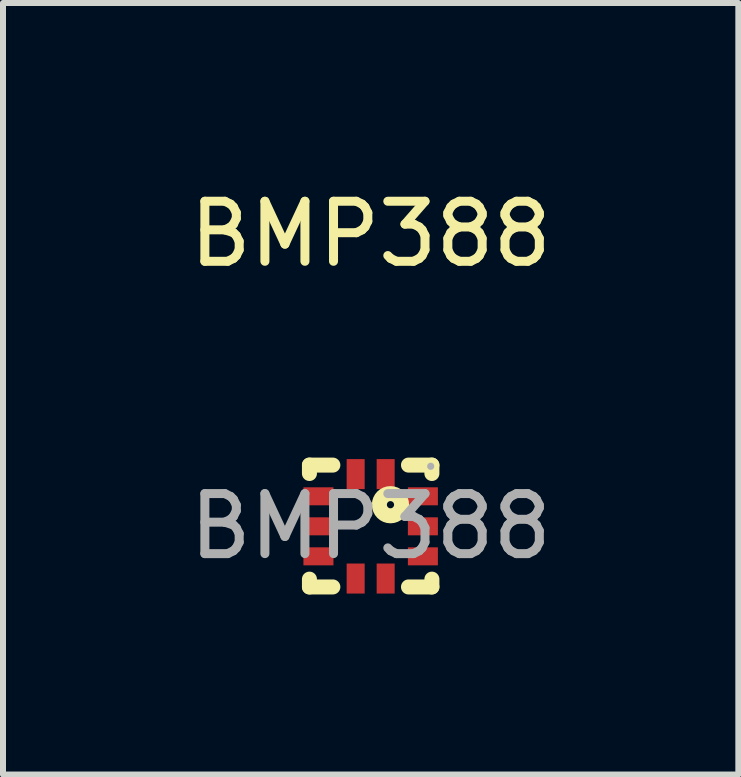
<source format=kicad_pcb>
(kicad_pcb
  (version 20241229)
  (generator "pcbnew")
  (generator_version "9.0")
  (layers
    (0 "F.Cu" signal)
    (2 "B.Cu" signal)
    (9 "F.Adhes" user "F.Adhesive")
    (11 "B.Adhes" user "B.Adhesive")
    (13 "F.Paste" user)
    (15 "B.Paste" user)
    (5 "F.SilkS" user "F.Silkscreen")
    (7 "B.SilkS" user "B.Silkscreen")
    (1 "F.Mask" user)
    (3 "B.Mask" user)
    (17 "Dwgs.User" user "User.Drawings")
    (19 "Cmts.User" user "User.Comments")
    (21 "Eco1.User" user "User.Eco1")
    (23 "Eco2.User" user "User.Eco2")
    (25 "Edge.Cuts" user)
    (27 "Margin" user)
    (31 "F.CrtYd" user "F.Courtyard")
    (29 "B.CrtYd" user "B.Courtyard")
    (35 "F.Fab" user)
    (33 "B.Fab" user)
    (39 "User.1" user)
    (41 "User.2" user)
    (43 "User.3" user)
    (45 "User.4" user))
  (footprint "BMP388"
    (layer "F.Cu")
    (at 3.125 5.718)
    (property "Reference" "BMP388" (at 0 -4.87 0) (layer "F.SilkS") (effects (font (size 1 1) (thickness 0.15))))
    (attr smd)
    (fp_line (start -1.02 -1.02) (end -0.63 -1.02) (stroke (width 0.25) (type solid)) (layer "F.SilkS"))
    (fp_line (start -1.02 -0.88) (end -1.02 -1.02) (stroke (width 0.25) (type solid)) (layer "F.SilkS"))
    (fp_line (start -1.02 1.01) (end -1.02 0.88) (stroke (width 0.25) (type solid)) (layer "F.SilkS"))
    (fp_line (start -0.63 1.01) (end -1.02 1.01) (stroke (width 0.25) (type solid)) (layer "F.SilkS"))
    (fp_line (start 0.63 -1.02) (end 1.02 -1.02) (stroke (width 0.25) (type solid)) (layer "F.SilkS"))
    (fp_line (start 1.02 -1.02) (end 1.02 -0.88) (stroke (width 0.25) (type solid)) (layer "F.SilkS"))
    (fp_line (start 1.02 0.88) (end 1.02 1.01) (stroke (width 0.25) (type solid)) (layer "F.SilkS"))
    (fp_line (start 1.02 1.01) (end 0.63 1.01) (stroke (width 0.25) (type solid)) (layer "F.SilkS"))
    (fp_circle (center 0.33 -0.36) (end 0.39 -0.36) (stroke (width 0.25) (type solid)) (fill no) (layer "F.SilkS"))
    (fp_circle (center 1 -1) (end 1.03 -1) (stroke (width 0.06) (type solid)) (fill no) (layer "F.Fab"))
    (fp_text user "${REFERENCE}" (at 0 0 0) (layer "F.Fab") (effects (font (size 1 1) (thickness 0.15))))
    (pad "1" smd rect (at 0.25 -0.87) (size 0.3 0.5) (layers "F.Cu" "F.Mask" "F.Paste"))
    (pad "2" smd rect (at -0.25 -0.87) (size 0.3 0.5) (layers "F.Cu" "F.Mask" "F.Paste"))
    (pad "3" smd rect (at -0.87 -0.5 270) (size 0.3 0.5) (layers "F.Cu" "F.Mask" "F.Paste"))
    (pad "4" smd rect (at -0.87 0 90) (size 0.3 0.5) (layers "F.Cu" "F.Mask" "F.Paste"))
    (pad "5" smd rect (at -0.87 0.5 90) (size 0.3 0.5) (layers "F.Cu" "F.Mask" "F.Paste"))
    (pad "6" smd rect (at -0.25 0.87 180) (size 0.3 0.5) (layers "F.Cu" "F.Mask" "F.Paste"))
    (pad "7" smd rect (at 0.25 0.87 180) (size 0.3 0.5) (layers "F.Cu" "F.Mask" "F.Paste"))
    (pad "8" smd rect (at 0.87 0.5 270) (size 0.3 0.5) (layers "F.Cu" "F.Mask" "F.Paste"))
    (pad "9" smd rect (at 0.87 0 270) (size 0.3 0.5) (layers "F.Cu" "F.Mask" "F.Paste"))
    (pad "10" smd rect (at 0.87 -0.5 270) (size 0.3 0.5) (layers "F.Cu" "F.Mask" "F.Paste")))
  (gr_rect
    (start -3 -3)
    (end 9.25 9.853)
    (stroke (width 0.1) (type default))
    (fill no)
    (layer "Edge.Cuts")))
</source>
